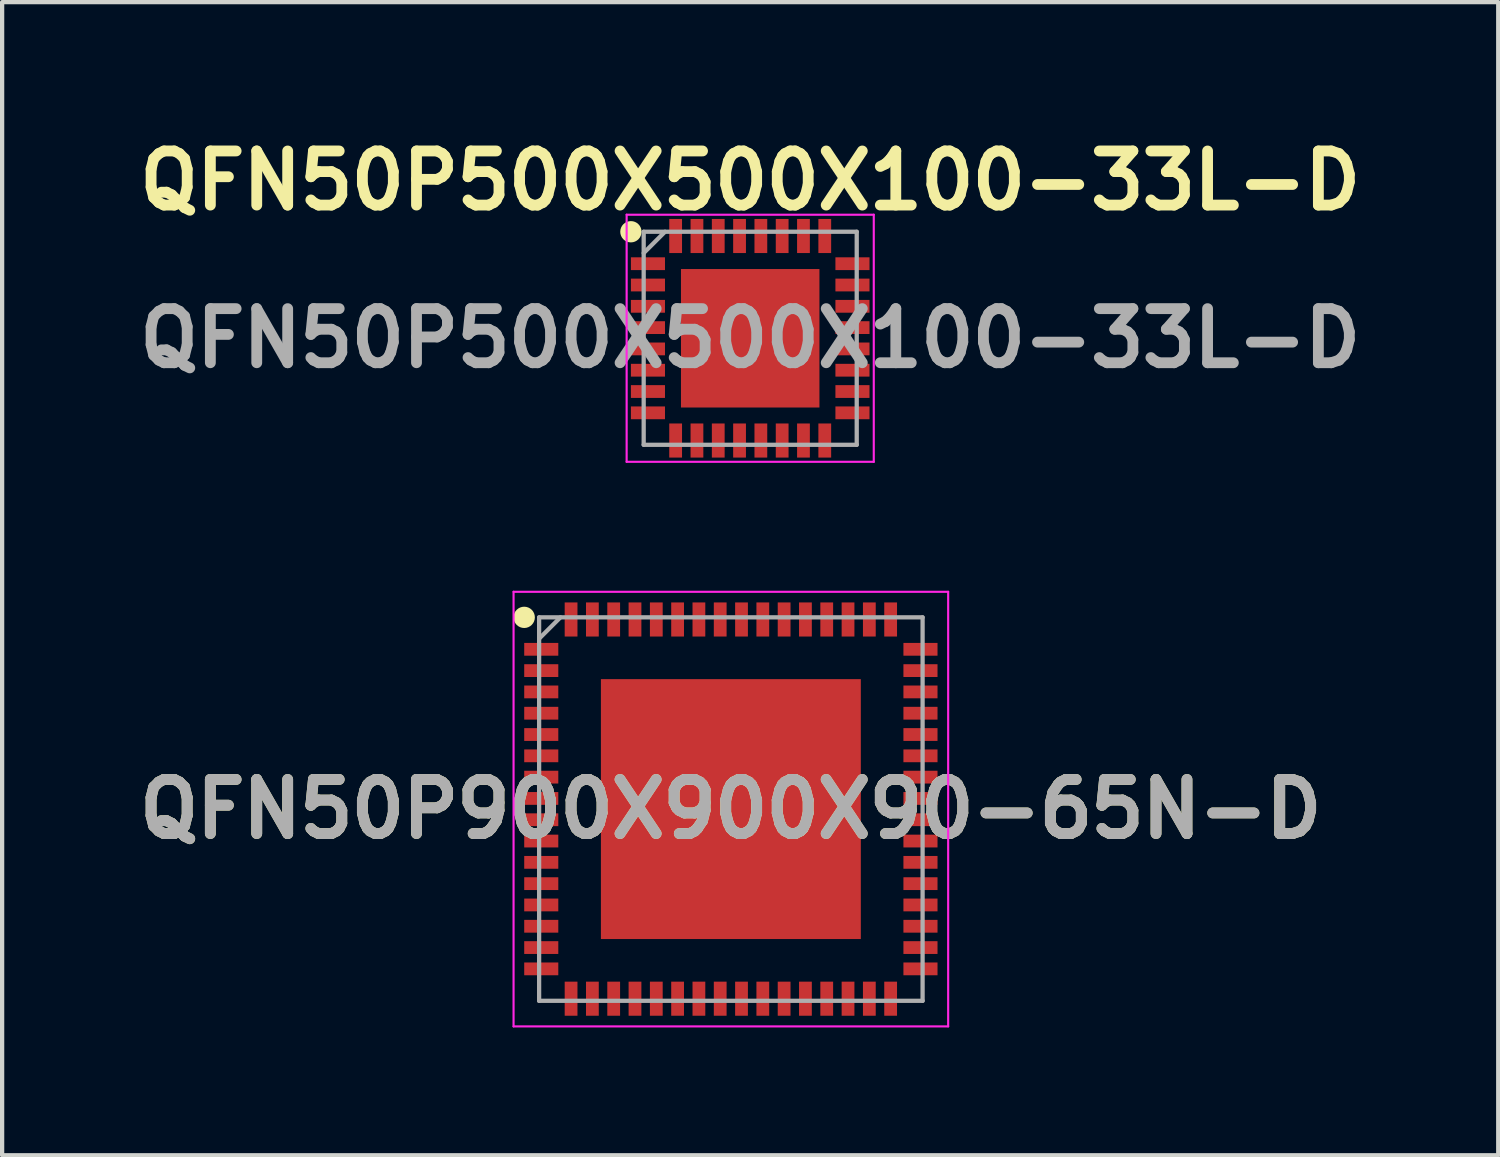
<source format=kicad_pcb>
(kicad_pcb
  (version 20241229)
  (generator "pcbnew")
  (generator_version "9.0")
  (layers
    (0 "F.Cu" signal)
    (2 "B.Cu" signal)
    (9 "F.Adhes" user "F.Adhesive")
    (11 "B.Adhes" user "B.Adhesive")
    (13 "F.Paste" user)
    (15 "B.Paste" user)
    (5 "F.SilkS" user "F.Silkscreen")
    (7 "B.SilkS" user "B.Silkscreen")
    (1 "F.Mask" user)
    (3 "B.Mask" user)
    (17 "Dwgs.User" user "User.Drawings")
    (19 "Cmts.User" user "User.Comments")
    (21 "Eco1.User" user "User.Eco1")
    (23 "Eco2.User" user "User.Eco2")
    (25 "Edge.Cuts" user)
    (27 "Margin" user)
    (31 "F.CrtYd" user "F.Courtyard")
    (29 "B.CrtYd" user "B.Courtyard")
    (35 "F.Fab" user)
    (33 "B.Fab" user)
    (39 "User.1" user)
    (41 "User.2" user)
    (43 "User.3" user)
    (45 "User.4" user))
  (footprint "QFN50P900X900X90-65N-D"
    (layer "F.Cu")
    (at 14.103 15.939)
    (property "Reference" "QFN50P900X900X90-65N-D" (at 0 0 0) (layer "F.SilkS") (effects (font (size 1.27 1.27) (thickness 0.254))))
    (attr smd)
    (fp_circle (center -4.85 -4.5) (end -4.85 -4.375) (stroke (width 0.25) (type solid)) (fill no) (layer "F.SilkS"))
    (fp_line (start -5.1 -5.1) (end 5.1 -5.1) (stroke (width 0.05) (type solid)) (layer "F.CrtYd"))
    (fp_line (start -5.1 5.1) (end -5.1 -5.1) (stroke (width 0.05) (type solid)) (layer "F.CrtYd"))
    (fp_line (start 5.1 -5.1) (end 5.1 5.1) (stroke (width 0.05) (type solid)) (layer "F.CrtYd"))
    (fp_line (start 5.1 5.1) (end -5.1 5.1) (stroke (width 0.05) (type solid)) (layer "F.CrtYd"))
    (fp_line (start -4.5 -4.5) (end 4.5 -4.5) (stroke (width 0.1) (type solid)) (layer "F.Fab"))
    (fp_line (start -4.5 -4) (end -4 -4.5) (stroke (width 0.1) (type solid)) (layer "F.Fab"))
    (fp_line (start -4.5 4.5) (end -4.5 -4.5) (stroke (width 0.1) (type solid)) (layer "F.Fab"))
    (fp_line (start 4.5 -4.5) (end 4.5 4.5) (stroke (width 0.1) (type solid)) (layer "F.Fab"))
    (fp_line (start 4.5 4.5) (end -4.5 4.5) (stroke (width 0.1) (type solid)) (layer "F.Fab"))
    (fp_text user "${REFERENCE}" (at 0 0 0) (layer "F.Fab") (effects (font (size 1.27 1.27) (thickness 0.254))))
    (pad "1" smd rect (at -4.45 -3.75 90) (size 0.3 0.8) (layers "F.Cu" "F.Mask" "F.Paste"))
    (pad "2" smd rect (at -4.45 -3.25 90) (size 0.3 0.8) (layers "F.Cu" "F.Mask" "F.Paste"))
    (pad "3" smd rect (at -4.45 -2.75 90) (size 0.3 0.8) (layers "F.Cu" "F.Mask" "F.Paste"))
    (pad "4" smd rect (at -4.45 -2.25 90) (size 0.3 0.8) (layers "F.Cu" "F.Mask" "F.Paste"))
    (pad "5" smd rect (at -4.45 -1.75 90) (size 0.3 0.8) (layers "F.Cu" "F.Mask" "F.Paste"))
    (pad "6" smd rect (at -4.45 -1.25 90) (size 0.3 0.8) (layers "F.Cu" "F.Mask" "F.Paste"))
    (pad "7" smd rect (at -4.45 -0.75 90) (size 0.3 0.8) (layers "F.Cu" "F.Mask" "F.Paste"))
    (pad "8" smd rect (at -4.45 -0.25 90) (size 0.3 0.8) (layers "F.Cu" "F.Mask" "F.Paste"))
    (pad "9" smd rect (at -4.45 0.25 90) (size 0.3 0.8) (layers "F.Cu" "F.Mask" "F.Paste"))
    (pad "10" smd rect (at -4.45 0.75 90) (size 0.3 0.8) (layers "F.Cu" "F.Mask" "F.Paste"))
    (pad "11" smd rect (at -4.45 1.25 90) (size 0.3 0.8) (layers "F.Cu" "F.Mask" "F.Paste"))
    (pad "12" smd rect (at -4.45 1.75 90) (size 0.3 0.8) (layers "F.Cu" "F.Mask" "F.Paste"))
    (pad "13" smd rect (at -4.45 2.25 90) (size 0.3 0.8) (layers "F.Cu" "F.Mask" "F.Paste"))
    (pad "14" smd rect (at -4.45 2.75 90) (size 0.3 0.8) (layers "F.Cu" "F.Mask" "F.Paste"))
    (pad "15" smd rect (at -4.45 3.25 90) (size 0.3 0.8) (layers "F.Cu" "F.Mask" "F.Paste"))
    (pad "16" smd rect (at -4.45 3.75 90) (size 0.3 0.8) (layers "F.Cu" "F.Mask" "F.Paste"))
    (pad "17" smd rect (at -3.75 4.45) (size 0.3 0.8) (layers "F.Cu" "F.Mask" "F.Paste"))
    (pad "18" smd rect (at -3.25 4.45) (size 0.3 0.8) (layers "F.Cu" "F.Mask" "F.Paste"))
    (pad "19" smd rect (at -2.75 4.45) (size 0.3 0.8) (layers "F.Cu" "F.Mask" "F.Paste"))
    (pad "20" smd rect (at -2.25 4.45) (size 0.3 0.8) (layers "F.Cu" "F.Mask" "F.Paste"))
    (pad "21" smd rect (at -1.75 4.45) (size 0.3 0.8) (layers "F.Cu" "F.Mask" "F.Paste"))
    (pad "22" smd rect (at -1.25 4.45) (size 0.3 0.8) (layers "F.Cu" "F.Mask" "F.Paste"))
    (pad "23" smd rect (at -0.75 4.45) (size 0.3 0.8) (layers "F.Cu" "F.Mask" "F.Paste"))
    (pad "24" smd rect (at -0.25 4.45) (size 0.3 0.8) (layers "F.Cu" "F.Mask" "F.Paste"))
    (pad "25" smd rect (at 0.25 4.45) (size 0.3 0.8) (layers "F.Cu" "F.Mask" "F.Paste"))
    (pad "26" smd rect (at 0.75 4.45) (size 0.3 0.8) (layers "F.Cu" "F.Mask" "F.Paste"))
    (pad "27" smd rect (at 1.25 4.45) (size 0.3 0.8) (layers "F.Cu" "F.Mask" "F.Paste"))
    (pad "28" smd rect (at 1.75 4.45) (size 0.3 0.8) (layers "F.Cu" "F.Mask" "F.Paste"))
    (pad "29" smd rect (at 2.25 4.45) (size 0.3 0.8) (layers "F.Cu" "F.Mask" "F.Paste"))
    (pad "30" smd rect (at 2.75 4.45) (size 0.3 0.8) (layers "F.Cu" "F.Mask" "F.Paste"))
    (pad "31" smd rect (at 3.25 4.45) (size 0.3 0.8) (layers "F.Cu" "F.Mask" "F.Paste"))
    (pad "32" smd rect (at 3.75 4.45) (size 0.3 0.8) (layers "F.Cu" "F.Mask" "F.Paste"))
    (pad "33" smd rect (at 4.45 3.75 90) (size 0.3 0.8) (layers "F.Cu" "F.Mask" "F.Paste"))
    (pad "34" smd rect (at 4.45 3.25 90) (size 0.3 0.8) (layers "F.Cu" "F.Mask" "F.Paste"))
    (pad "35" smd rect (at 4.45 2.75 90) (size 0.3 0.8) (layers "F.Cu" "F.Mask" "F.Paste"))
    (pad "36" smd rect (at 4.45 2.25 90) (size 0.3 0.8) (layers "F.Cu" "F.Mask" "F.Paste"))
    (pad "37" smd rect (at 4.45 1.75 90) (size 0.3 0.8) (layers "F.Cu" "F.Mask" "F.Paste"))
    (pad "38" smd rect (at 4.45 1.25 90) (size 0.3 0.8) (layers "F.Cu" "F.Mask" "F.Paste"))
    (pad "39" smd rect (at 4.45 0.75 90) (size 0.3 0.8) (layers "F.Cu" "F.Mask" "F.Paste"))
    (pad "40" smd rect (at 4.45 0.25 90) (size 0.3 0.8) (layers "F.Cu" "F.Mask" "F.Paste"))
    (pad "41" smd rect (at 4.45 -0.25 90) (size 0.3 0.8) (layers "F.Cu" "F.Mask" "F.Paste"))
    (pad "42" smd rect (at 4.45 -0.75 90) (size 0.3 0.8) (layers "F.Cu" "F.Mask" "F.Paste"))
    (pad "43" smd rect (at 4.45 -1.25 90) (size 0.3 0.8) (layers "F.Cu" "F.Mask" "F.Paste"))
    (pad "44" smd rect (at 4.45 -1.75 90) (size 0.3 0.8) (layers "F.Cu" "F.Mask" "F.Paste"))
    (pad "45" smd rect (at 4.45 -2.25 90) (size 0.3 0.8) (layers "F.Cu" "F.Mask" "F.Paste"))
    (pad "46" smd rect (at 4.45 -2.75 90) (size 0.3 0.8) (layers "F.Cu" "F.Mask" "F.Paste"))
    (pad "47" smd rect (at 4.45 -3.25 90) (size 0.3 0.8) (layers "F.Cu" "F.Mask" "F.Paste"))
    (pad "48" smd rect (at 4.45 -3.75 90) (size 0.3 0.8) (layers "F.Cu" "F.Mask" "F.Paste"))
    (pad "49" smd rect (at 3.75 -4.45) (size 0.3 0.8) (layers "F.Cu" "F.Mask" "F.Paste"))
    (pad "50" smd rect (at 3.25 -4.45) (size 0.3 0.8) (layers "F.Cu" "F.Mask" "F.Paste"))
    (pad "51" smd rect (at 2.75 -4.45) (size 0.3 0.8) (layers "F.Cu" "F.Mask" "F.Paste"))
    (pad "52" smd rect (at 2.25 -4.45) (size 0.3 0.8) (layers "F.Cu" "F.Mask" "F.Paste"))
    (pad "53" smd rect (at 1.75 -4.45) (size 0.3 0.8) (layers "F.Cu" "F.Mask" "F.Paste"))
    (pad "54" smd rect (at 1.25 -4.45) (size 0.3 0.8) (layers "F.Cu" "F.Mask" "F.Paste"))
    (pad "55" smd rect (at 0.75 -4.45) (size 0.3 0.8) (layers "F.Cu" "F.Mask" "F.Paste"))
    (pad "56" smd rect (at 0.25 -4.45) (size 0.3 0.8) (layers "F.Cu" "F.Mask" "F.Paste"))
    (pad "57" smd rect (at -0.25 -4.45) (size 0.3 0.8) (layers "F.Cu" "F.Mask" "F.Paste"))
    (pad "58" smd rect (at -0.75 -4.45) (size 0.3 0.8) (layers "F.Cu" "F.Mask" "F.Paste"))
    (pad "59" smd rect (at -1.25 -4.45) (size 0.3 0.8) (layers "F.Cu" "F.Mask" "F.Paste"))
    (pad "60" smd rect (at -1.75 -4.45) (size 0.3 0.8) (layers "F.Cu" "F.Mask" "F.Paste"))
    (pad "61" smd rect (at -2.25 -4.45) (size 0.3 0.8) (layers "F.Cu" "F.Mask" "F.Paste"))
    (pad "62" smd rect (at -2.75 -4.45) (size 0.3 0.8) (layers "F.Cu" "F.Mask" "F.Paste"))
    (pad "63" smd rect (at -3.25 -4.45) (size 0.3 0.8) (layers "F.Cu" "F.Mask" "F.Paste"))
    (pad "64" smd rect (at -3.75 -4.45) (size 0.3 0.8) (layers "F.Cu" "F.Mask" "F.Paste"))
    (pad "65" smd rect (at 0 0) (size 6.1 6.1) (layers "F.Cu" "F.Mask" "F.Paste")))
  (footprint "QFN50P500X500X100-33L-D"
    (layer "F.Cu")
    (at 14.557 4.889)
    (property "Reference" "QFN50P500X500X100-33L-D" (at 0 -3.7 0) (layer "F.SilkS") (effects (font (size 1.27 1.27) (thickness 0.254))))
    (attr smd)
    (fp_circle (center -2.8 -2.5) (end -2.8 -2.375) (stroke (width 0.25) (type solid)) (fill no) (layer "F.SilkS"))
    (fp_line (start -2.9 -2.9) (end 2.9 -2.9) (stroke (width 0.05) (type solid)) (layer "F.CrtYd"))
    (fp_line (start -2.9 2.9) (end -2.9 -2.9) (stroke (width 0.05) (type solid)) (layer "F.CrtYd"))
    (fp_line (start 2.9 -2.9) (end 2.9 2.9) (stroke (width 0.05) (type solid)) (layer "F.CrtYd"))
    (fp_line (start 2.9 2.9) (end -2.9 2.9) (stroke (width 0.05) (type solid)) (layer "F.CrtYd"))
    (fp_line (start -2.5 -2.5) (end 2.5 -2.5) (stroke (width 0.1) (type solid)) (layer "F.Fab"))
    (fp_line (start -2.5 -2) (end -2 -2.5) (stroke (width 0.1) (type solid)) (layer "F.Fab"))
    (fp_line (start -2.5 2.5) (end -2.5 -2.5) (stroke (width 0.1) (type solid)) (layer "F.Fab"))
    (fp_line (start 2.5 -2.5) (end 2.5 2.5) (stroke (width 0.1) (type solid)) (layer "F.Fab"))
    (fp_line (start 2.5 2.5) (end -2.5 2.5) (stroke (width 0.1) (type solid)) (layer "F.Fab"))
    (fp_text user "${REFERENCE}" (at 0 0 0) (layer "F.Fab") (effects (font (size 1.27 1.27) (thickness 0.254))))
    (pad "1" smd rect (at -2.4 -1.75 90) (size 0.3 0.8) (layers "F.Cu" "F.Mask" "F.Paste"))
    (pad "2" smd rect (at -2.4 -1.25 90) (size 0.3 0.8) (layers "F.Cu" "F.Mask" "F.Paste"))
    (pad "3" smd rect (at -2.4 -0.75 90) (size 0.3 0.8) (layers "F.Cu" "F.Mask" "F.Paste"))
    (pad "4" smd rect (at -2.4 -0.25 90) (size 0.3 0.8) (layers "F.Cu" "F.Mask" "F.Paste"))
    (pad "5" smd rect (at -2.4 0.25 90) (size 0.3 0.8) (layers "F.Cu" "F.Mask" "F.Paste"))
    (pad "6" smd rect (at -2.4 0.75 90) (size 0.3 0.8) (layers "F.Cu" "F.Mask" "F.Paste"))
    (pad "7" smd rect (at -2.4 1.25 90) (size 0.3 0.8) (layers "F.Cu" "F.Mask" "F.Paste"))
    (pad "8" smd rect (at -2.4 1.75 90) (size 0.3 0.8) (layers "F.Cu" "F.Mask" "F.Paste"))
    (pad "9" smd rect (at -1.75 2.4) (size 0.3 0.8) (layers "F.Cu" "F.Mask" "F.Paste"))
    (pad "10" smd rect (at -1.25 2.4) (size 0.3 0.8) (layers "F.Cu" "F.Mask" "F.Paste"))
    (pad "11" smd rect (at -0.75 2.4) (size 0.3 0.8) (layers "F.Cu" "F.Mask" "F.Paste"))
    (pad "12" smd rect (at -0.25 2.4) (size 0.3 0.8) (layers "F.Cu" "F.Mask" "F.Paste"))
    (pad "13" smd rect (at 0.25 2.4) (size 0.3 0.8) (layers "F.Cu" "F.Mask" "F.Paste"))
    (pad "14" smd rect (at 0.75 2.4) (size 0.3 0.8) (layers "F.Cu" "F.Mask" "F.Paste"))
    (pad "15" smd rect (at 1.25 2.4) (size 0.3 0.8) (layers "F.Cu" "F.Mask" "F.Paste"))
    (pad "16" smd rect (at 1.75 2.4) (size 0.3 0.8) (layers "F.Cu" "F.Mask" "F.Paste"))
    (pad "17" smd rect (at 2.4 1.75 90) (size 0.3 0.8) (layers "F.Cu" "F.Mask" "F.Paste"))
    (pad "18" smd rect (at 2.4 1.25 90) (size 0.3 0.8) (layers "F.Cu" "F.Mask" "F.Paste"))
    (pad "19" smd rect (at 2.4 0.75 90) (size 0.3 0.8) (layers "F.Cu" "F.Mask" "F.Paste"))
    (pad "20" smd rect (at 2.4 0.25 90) (size 0.3 0.8) (layers "F.Cu" "F.Mask" "F.Paste"))
    (pad "21" smd rect (at 2.4 -0.25 90) (size 0.3 0.8) (layers "F.Cu" "F.Mask" "F.Paste"))
    (pad "22" smd rect (at 2.4 -0.75 90) (size 0.3 0.8) (layers "F.Cu" "F.Mask" "F.Paste"))
    (pad "23" smd rect (at 2.4 -1.25 90) (size 0.3 0.8) (layers "F.Cu" "F.Mask" "F.Paste"))
    (pad "24" smd rect (at 2.4 -1.75 90) (size 0.3 0.8) (layers "F.Cu" "F.Mask" "F.Paste"))
    (pad "25" smd rect (at 1.75 -2.4) (size 0.3 0.8) (layers "F.Cu" "F.Mask" "F.Paste"))
    (pad "26" smd rect (at 1.25 -2.4) (size 0.3 0.8) (layers "F.Cu" "F.Mask" "F.Paste"))
    (pad "27" smd rect (at 0.75 -2.4) (size 0.3 0.8) (layers "F.Cu" "F.Mask" "F.Paste"))
    (pad "28" smd rect (at 0.25 -2.4) (size 0.3 0.8) (layers "F.Cu" "F.Mask" "F.Paste"))
    (pad "29" smd rect (at -0.25 -2.4) (size 0.3 0.8) (layers "F.Cu" "F.Mask" "F.Paste"))
    (pad "30" smd rect (at -0.75 -2.4) (size 0.3 0.8) (layers "F.Cu" "F.Mask" "F.Paste"))
    (pad "31" smd rect (at -1.25 -2.4) (size 0.3 0.8) (layers "F.Cu" "F.Mask" "F.Paste"))
    (pad "32" smd rect (at -1.75 -2.4) (size 0.3 0.8) (layers "F.Cu" "F.Mask" "F.Paste"))
    (pad "33" smd rect (at 0 0) (size 3.25 3.25) (layers "F.Cu" "F.Mask" "F.Paste")))
  (gr_rect
    (start -3 -3)
    (end 32.113 24.064)
    (stroke (width 0.1) (type default))
    (fill no)
    (layer "Edge.Cuts")))
</source>
